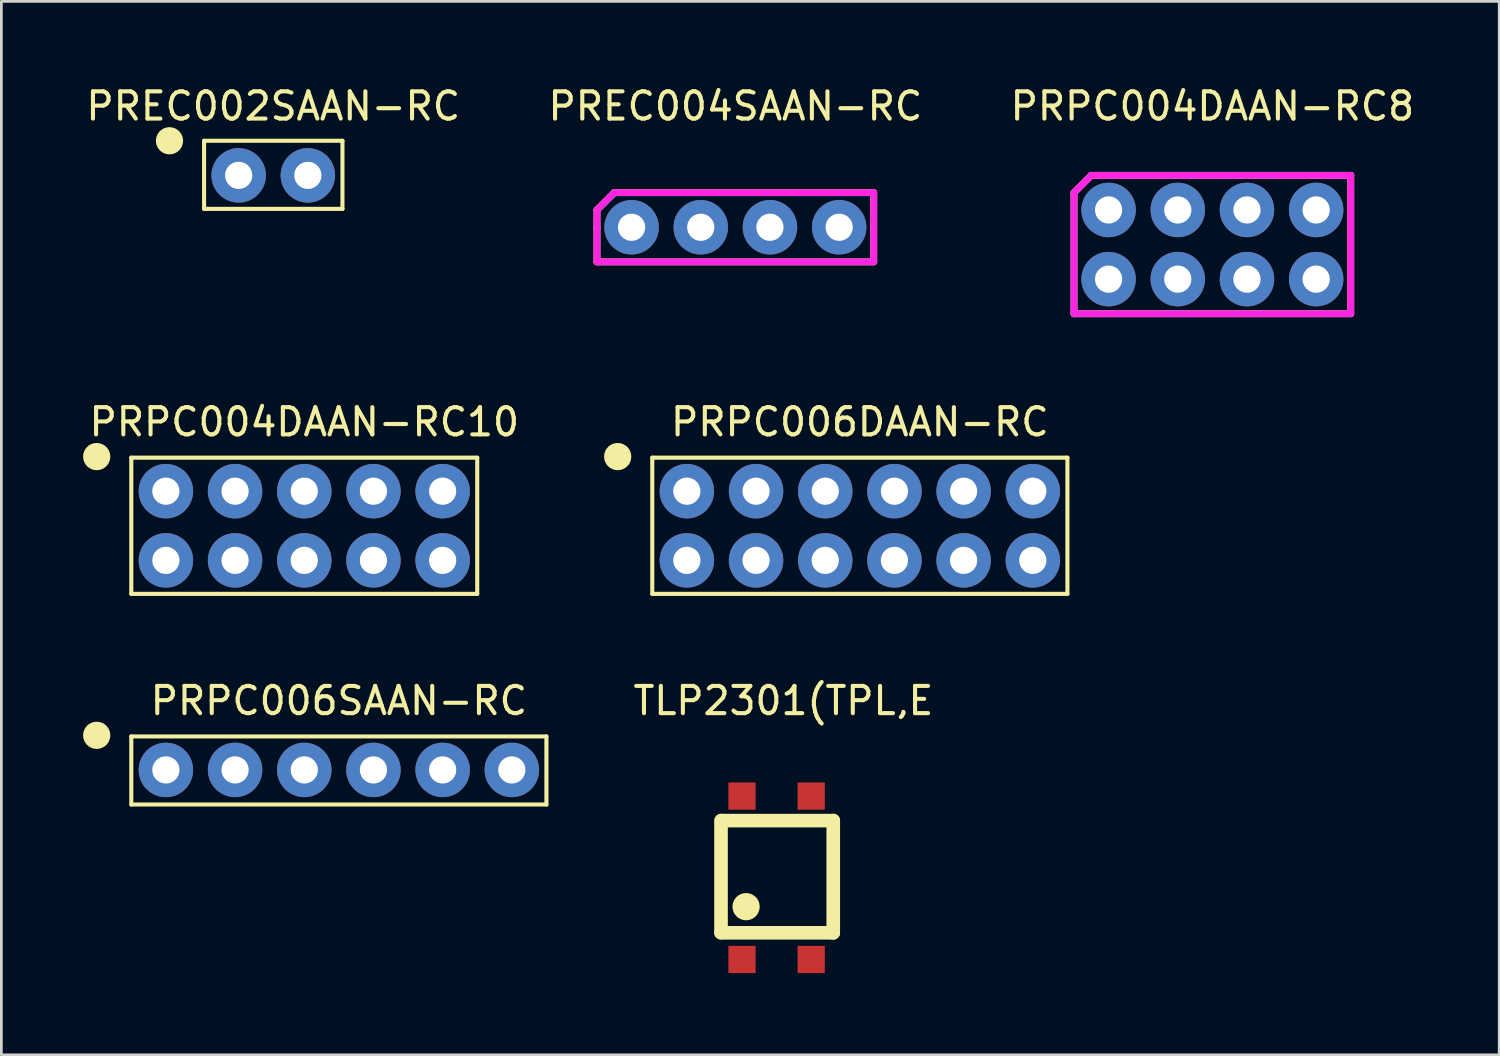
<source format=kicad_pcb>
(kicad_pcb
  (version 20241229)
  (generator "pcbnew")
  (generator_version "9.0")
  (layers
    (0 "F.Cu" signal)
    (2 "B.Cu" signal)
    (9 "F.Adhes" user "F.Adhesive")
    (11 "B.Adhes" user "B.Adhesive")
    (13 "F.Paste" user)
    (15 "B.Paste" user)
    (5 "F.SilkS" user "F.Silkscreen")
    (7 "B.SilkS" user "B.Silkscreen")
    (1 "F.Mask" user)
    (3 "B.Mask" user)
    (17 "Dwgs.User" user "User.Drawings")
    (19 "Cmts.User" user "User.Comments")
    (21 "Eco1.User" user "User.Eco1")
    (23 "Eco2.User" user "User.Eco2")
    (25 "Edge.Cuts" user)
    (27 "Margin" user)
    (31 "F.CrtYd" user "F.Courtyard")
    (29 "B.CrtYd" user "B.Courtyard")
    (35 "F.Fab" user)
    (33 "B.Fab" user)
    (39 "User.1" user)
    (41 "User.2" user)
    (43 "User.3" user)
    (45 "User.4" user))
  (footprint "PREC002SAAN-RC"
    (layer "F.Cu")
    (at 6.982 2.118)
    (property "Reference" "PREC002SAAN-RC" (at 0 -1.27 0) (layer "F.SilkS") (effects (font (size 1 1) (thickness 0.15))))
    (attr through_hole)
    (fp_line (start -2.54 0) (end 2.54 0) (stroke (width 0.15) (type solid)) (layer "F.SilkS"))
    (fp_line (start -2.54 2.5) (end -2.54 0) (stroke (width 0.15) (type solid)) (layer "F.SilkS"))
    (fp_line (start -2.54 2.5) (end 2.54 2.5) (stroke (width 0.15) (type solid)) (layer "F.SilkS"))
    (fp_line (start 2.54 0) (end 2.54 2.5) (stroke (width 0.15) (type solid)) (layer "F.SilkS"))
    (fp_circle (center -3.81 0) (end -3.56 0) (stroke (width 0.5) (type solid)) (fill no) (layer "F.SilkS"))
    (pad "1" thru_hole circle (at -1.27 1.27) (size 2 2) (drill 1) (layers "*.Cu" "*.Mask"))
    (pad "2" thru_hole circle (at 1.27 1.27) (size 2 2) (drill 1) (layers "*.Cu" "*.Mask")))
  (footprint "PRPC004DAAN-RC10"
    (layer "F.Cu")
    (at 6.85 16.252)
    (property "Reference" "PRPC004DAAN-RC10" (at 1.27 -3.81 0) (layer "F.SilkS") (effects (font (size 1 1) (thickness 0.15))))
    (attr through_hole)
    (fp_line (start -5.08 -2.5) (end 7.62 -2.5) (stroke (width 0.15) (type solid)) (layer "F.SilkS"))
    (fp_line (start -5.08 2.5) (end -5.08 -2.5) (stroke (width 0.15) (type solid)) (layer "F.SilkS"))
    (fp_line (start 7.62 -2.5) (end 7.62 2.5) (stroke (width 0.15) (type solid)) (layer "F.SilkS"))
    (fp_line (start 7.62 2.5) (end -5.08 2.5) (stroke (width 0.15) (type solid)) (layer "F.SilkS"))
    (fp_circle (center -6.35 -2.54) (end -6.1 -2.54) (stroke (width 0.5) (type solid)) (fill no) (layer "F.SilkS"))
    (pad "1" thru_hole circle (at -3.81 -1.27) (size 2 2) (drill 1) (layers "*.Cu" "*.Mask"))
    (pad "2" thru_hole circle (at -3.81 1.27) (size 2 2) (drill 1) (layers "*.Cu" "*.Mask"))
    (pad "3" thru_hole circle (at -1.27 -1.27) (size 2 2) (drill 1) (layers "*.Cu" "*.Mask"))
    (pad "4" thru_hole circle (at -1.27 1.27) (size 2 2) (drill 1) (layers "*.Cu" "*.Mask"))
    (pad "5" thru_hole circle (at 1.27 -1.27) (size 2 2) (drill 1) (layers "*.Cu" "*.Mask"))
    (pad "6" thru_hole circle (at 1.27 1.27) (size 2 2) (drill 1) (layers "*.Cu" "*.Mask"))
    (pad "7" thru_hole circle (at 3.81 -1.27) (size 2 2) (drill 1) (layers "*.Cu" "*.Mask"))
    (pad "8" thru_hole circle (at 3.81 1.27) (size 2 2) (drill 1) (layers "*.Cu" "*.Mask"))
    (pad "9" thru_hole circle (at 6.35 -1.27) (size 2 2) (drill 1) (layers "*.Cu" "*.Mask"))
    (pad "10" thru_hole circle (at 6.35 1.27) (size 2 2) (drill 1) (layers "*.Cu" "*.Mask")))
  (footprint "PREC004SAAN-RC"
    (layer "F.Cu")
    (at 23.946 5.293)
    (property "Reference" "PREC004SAAN-RC" (at 0 -4.445 0) (layer "F.SilkS") (effects (font (size 1 1) (thickness 0.15))))
    (attr through_hole)
    (fp_line (start -5.08 -0.635) (end -4.445 -1.27) (stroke (width 0.25) (type solid)) (layer "F.SilkS"))
    (fp_line (start -5.08 0) (end -5.08 -0.635) (stroke (width 0.25) (type solid)) (layer "F.SilkS"))
    (fp_line (start -5.08 1.27) (end -5.08 0) (stroke (width 0.25) (type solid)) (layer "F.SilkS"))
    (fp_line (start -4.445 -1.27) (end -3.81 -1.27) (stroke (width 0.25) (type solid)) (layer "F.SilkS"))
    (fp_line (start -3.81 -1.27) (end 5.08 -1.27) (stroke (width 0.25) (type solid)) (layer "F.SilkS"))
    (fp_line (start 5.08 -1.27) (end 5.08 1.27) (stroke (width 0.25) (type solid)) (layer "F.SilkS"))
    (fp_line (start 5.08 1.27) (end -5.08 1.27) (stroke (width 0.25) (type solid)) (layer "F.SilkS"))
    (fp_line (start -5.08 -0.635) (end -5.08 1.27) (stroke (width 0.25) (type solid)) (layer "F.CrtYd"))
    (fp_line (start -5.08 1.27) (end 5.08 1.27) (stroke (width 0.25) (type solid)) (layer "F.CrtYd"))
    (fp_line (start -4.445 -1.27) (end -5.08 -0.635) (stroke (width 0.25) (type solid)) (layer "F.CrtYd"))
    (fp_line (start 5.08 -1.27) (end -4.445 -1.27) (stroke (width 0.25) (type solid)) (layer "F.CrtYd"))
    (fp_line (start 5.08 1.27) (end 5.08 -1.27) (stroke (width 0.25) (type solid)) (layer "F.CrtYd"))
    (pad "1" thru_hole circle (at -3.81 0) (size 2 2) (drill 1) (layers "*.Cu" "*.Mask"))
    (pad "2" thru_hole circle (at -1.27 0) (size 2 2) (drill 1) (layers "*.Cu" "*.Mask"))
    (pad "3" thru_hole circle (at 1.27 0) (size 2 2) (drill 1) (layers "*.Cu" "*.Mask"))
    (pad "4" thru_hole circle (at 3.81 0) (size 2 2) (drill 1) (layers "*.Cu" "*.Mask")))
  (footprint "PRPC006DAAN-RC"
    (layer "F.Cu")
    (at 25.976 16.252)
    (property "Reference" "PRPC006DAAN-RC" (at 2.54 -3.81 0) (layer "F.SilkS") (effects (font (size 1 1) (thickness 0.15))))
    (attr through_hole)
    (fp_line (start -5.08 -2.5) (end 10.16 -2.5) (stroke (width 0.15) (type solid)) (layer "F.SilkS"))
    (fp_line (start -5.08 2.5) (end -5.08 -2.5) (stroke (width 0.15) (type solid)) (layer "F.SilkS"))
    (fp_line (start 10.16 -2.5) (end 10.16 2.5) (stroke (width 0.15) (type solid)) (layer "F.SilkS"))
    (fp_line (start 10.16 2.5) (end -5.08 2.5) (stroke (width 0.15) (type solid)) (layer "F.SilkS"))
    (fp_circle (center -6.35 -2.54) (end -6.1 -2.54) (stroke (width 0.5) (type solid)) (fill no) (layer "F.SilkS"))
    (pad "1" thru_hole circle (at -3.81 -1.27) (size 2 2) (drill 1) (layers "*.Cu" "*.Mask"))
    (pad "2" thru_hole circle (at -3.81 1.27) (size 2 2) (drill 1) (layers "*.Cu" "*.Mask"))
    (pad "3" thru_hole circle (at -1.27 -1.27) (size 2 2) (drill 1) (layers "*.Cu" "*.Mask"))
    (pad "4" thru_hole circle (at -1.27 1.27) (size 2 2) (drill 1) (layers "*.Cu" "*.Mask"))
    (pad "5" thru_hole circle (at 1.27 -1.27) (size 2 2) (drill 1) (layers "*.Cu" "*.Mask"))
    (pad "6" thru_hole circle (at 1.27 1.27) (size 2 2) (drill 1) (layers "*.Cu" "*.Mask"))
    (pad "7" thru_hole circle (at 3.81 -1.27) (size 2 2) (drill 1) (layers "*.Cu" "*.Mask"))
    (pad "8" thru_hole circle (at 3.81 1.27) (size 2 2) (drill 1) (layers "*.Cu" "*.Mask"))
    (pad "9" thru_hole circle (at 6.35 -1.27) (size 2 2) (drill 1) (layers "*.Cu" "*.Mask"))
    (pad "10" thru_hole circle (at 6.35 1.27) (size 2 2) (drill 1) (layers "*.Cu" "*.Mask"))
    (pad "11" thru_hole circle (at 8.89 -1.27) (size 2 2) (drill 1) (layers "*.Cu" "*.Mask"))
    (pad "12" thru_hole circle (at 8.89 1.27) (size 2 2) (drill 1) (layers "*.Cu" "*.Mask")))
  (footprint "TLP2301(TPL,E"
    (layer "F.Cu")
    (at 25.46 29.175)
    (property "Reference" "TLP2301(TPL,E" (at 0.25 -6.5 0) (layer "F.SilkS") (effects (font (size 1 1) (thickness 0.15))))
    (attr through_hole)
    (fp_line (start -2.04 2.01) (end -2.04 -2.1) (stroke (width 0.5) (type solid)) (layer "F.SilkS"))
    (fp_line (start -2.02 -2.1) (end 2.08 -2.1) (stroke (width 0.5) (type solid)) (layer "F.SilkS"))
    (fp_line (start 2.08 -2.1) (end 2.08 2.02) (stroke (width 0.5) (type solid)) (layer "F.SilkS"))
    (fp_line (start 2.08 2.02) (end -2.04 2.02) (stroke (width 0.5) (type solid)) (layer "F.SilkS"))
    (fp_circle (center -1.12 1.06) (end -0.87 1.06) (stroke (width 0.5) (type solid)) (fill no) (layer "F.SilkS"))
    (pad "1" smd rect (at -1.27 3) (size 1 1) (layers "F.Cu" "F.Mask" "F.Paste"))
    (pad "3" smd rect (at 1.27 3) (size 1 1) (layers "F.Cu" "F.Mask" "F.Paste"))
    (pad "4" smd rect (at 1.27 -3) (size 1 1) (layers "F.Cu" "F.Mask" "F.Paste"))
    (pad "6" smd rect (at -1.27 -3) (size 1 1) (layers "F.Cu" "F.Mask" "F.Paste")))
  (footprint "PRPC004DAAN-RC8"
    (layer "F.Cu")
    (at 41.458 5.928)
    (property "Reference" "PRPC004DAAN-RC8" (at 0 -5.08 0) (layer "F.SilkS") (effects (font (size 1 1) (thickness 0.15))))
    (attr through_hole)
    (fp_line (start -5.08 2.54) (end -5.08 -1.905) (stroke (width 0.25) (type solid)) (layer "F.SilkS"))
    (fp_line (start -4.445 -2.54) (end -5.08 -1.905) (stroke (width 0.25) (type solid)) (layer "F.SilkS"))
    (fp_line (start -3.81 -2.54) (end -4.445 -2.54) (stroke (width 0.25) (type solid)) (layer "F.SilkS"))
    (fp_line (start 5.08 -2.54) (end -3.81 -2.54) (stroke (width 0.25) (type solid)) (layer "F.SilkS"))
    (fp_line (start 5.08 -2.54) (end 5.08 2.54) (stroke (width 0.25) (type solid)) (layer "F.SilkS"))
    (fp_line (start 5.08 2.54) (end -5.08 2.54) (stroke (width 0.25) (type solid)) (layer "F.SilkS"))
    (fp_line (start -5.08 -1.905) (end -4.445 -2.54) (stroke (width 0.25) (type solid)) (layer "F.CrtYd"))
    (fp_line (start -5.08 2.54) (end -5.08 -1.905) (stroke (width 0.25) (type solid)) (layer "F.CrtYd"))
    (fp_line (start -4.445 -2.54) (end -3.81 -2.54) (stroke (width 0.25) (type solid)) (layer "F.CrtYd"))
    (fp_line (start -3.81 -2.54) (end 5.08 -2.54) (stroke (width 0.25) (type solid)) (layer "F.CrtYd"))
    (fp_line (start 5.08 -2.54) (end 5.08 2.54) (stroke (width 0.25) (type solid)) (layer "F.CrtYd"))
    (fp_line (start 5.08 2.54) (end -5.08 2.54) (stroke (width 0.25) (type solid)) (layer "F.CrtYd"))
    (pad "1" thru_hole circle (at -3.81 -1.27) (size 2 2) (drill 1) (layers "*.Cu" "*.Mask"))
    (pad "2" thru_hole circle (at -3.81 1.27) (size 2 2) (drill 1) (layers "*.Cu" "*.Mask"))
    (pad "3" thru_hole circle (at -1.27 -1.27) (size 2 2) (drill 1) (layers "*.Cu" "*.Mask"))
    (pad "4" thru_hole circle (at -1.27 1.27) (size 2 2) (drill 1) (layers "*.Cu" "*.Mask"))
    (pad "5" thru_hole circle (at 1.27 -1.27) (size 2 2) (drill 1) (layers "*.Cu" "*.Mask"))
    (pad "6" thru_hole circle (at 1.27 1.27) (size 2 2) (drill 1) (layers "*.Cu" "*.Mask"))
    (pad "7" thru_hole circle (at 3.81 -1.27) (size 2 2) (drill 1) (layers "*.Cu" "*.Mask"))
    (pad "8" thru_hole circle (at 3.81 1.27) (size 2 2) (drill 1) (layers "*.Cu" "*.Mask")))
  (footprint "PRPC006SAAN-RC"
    (layer "F.Cu")
    (at 6.85 26.485)
    (property "Reference" "PRPC006SAAN-RC" (at 2.54 -3.81 0) (layer "F.SilkS") (effects (font (size 1 1) (thickness 0.15))))
    (attr through_hole)
    (fp_line (start -5.08 -2.5) (end 10.16 -2.5) (stroke (width 0.15) (type solid)) (layer "F.SilkS"))
    (fp_line (start -5.08 0) (end -5.08 -2.5) (stroke (width 0.15) (type solid)) (layer "F.SilkS"))
    (fp_line (start 10.16 -2.5) (end 10.16 0) (stroke (width 0.15) (type solid)) (layer "F.SilkS"))
    (fp_line (start 10.16 0) (end -5.08 0) (stroke (width 0.15) (type solid)) (layer "F.SilkS"))
    (fp_circle (center -6.35 -2.54) (end -6.1 -2.54) (stroke (width 0.5) (type solid)) (fill no) (layer "F.SilkS"))
    (pad "1" thru_hole circle (at -3.81 -1.27) (size 2 2) (drill 1) (layers "*.Cu" "*.Mask"))
    (pad "2" thru_hole circle (at -1.27 -1.27) (size 2 2) (drill 1) (layers "*.Cu" "*.Mask"))
    (pad "3" thru_hole circle (at 1.27 -1.27) (size 2 2) (drill 1) (layers "*.Cu" "*.Mask"))
    (pad "4" thru_hole circle (at 3.81 -1.27) (size 2 2) (drill 1) (layers "*.Cu" "*.Mask"))
    (pad "5" thru_hole circle (at 6.35 -1.27) (size 2 2) (drill 1) (layers "*.Cu" "*.Mask"))
    (pad "6" thru_hole circle (at 8.89 -1.27) (size 2 2) (drill 1) (layers "*.Cu" "*.Mask")))
  (gr_rect
    (start -3 -3)
    (end 51.988 35.675)
    (stroke (width 0.1) (type default))
    (fill no)
    (layer "Edge.Cuts")))
</source>
